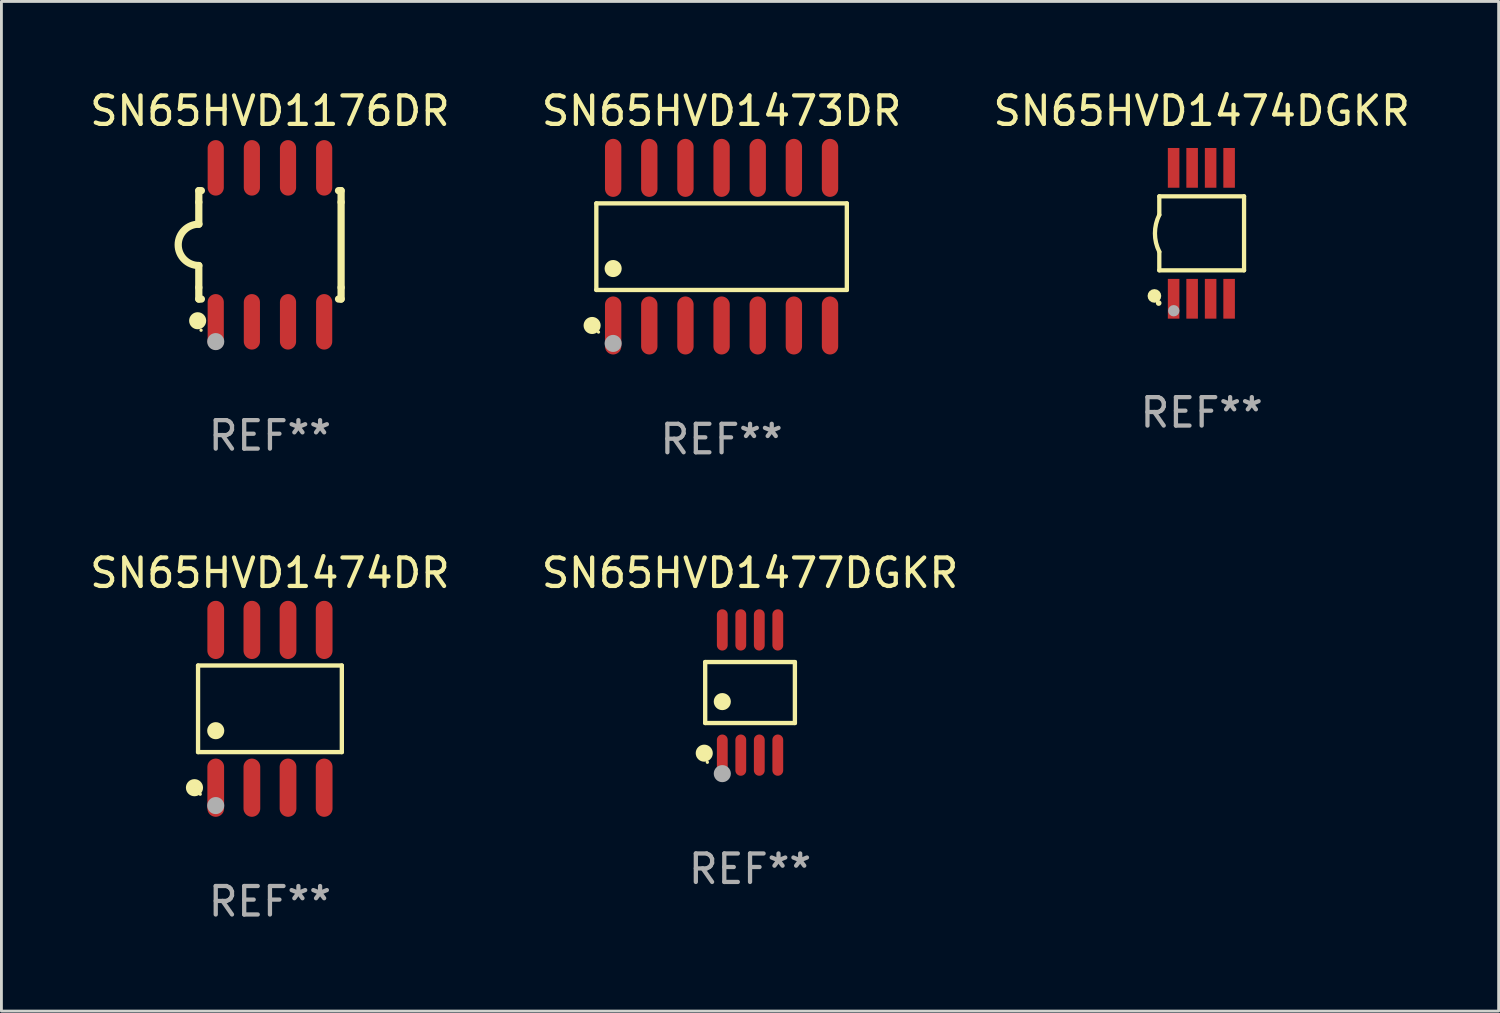
<source format=kicad_pcb>
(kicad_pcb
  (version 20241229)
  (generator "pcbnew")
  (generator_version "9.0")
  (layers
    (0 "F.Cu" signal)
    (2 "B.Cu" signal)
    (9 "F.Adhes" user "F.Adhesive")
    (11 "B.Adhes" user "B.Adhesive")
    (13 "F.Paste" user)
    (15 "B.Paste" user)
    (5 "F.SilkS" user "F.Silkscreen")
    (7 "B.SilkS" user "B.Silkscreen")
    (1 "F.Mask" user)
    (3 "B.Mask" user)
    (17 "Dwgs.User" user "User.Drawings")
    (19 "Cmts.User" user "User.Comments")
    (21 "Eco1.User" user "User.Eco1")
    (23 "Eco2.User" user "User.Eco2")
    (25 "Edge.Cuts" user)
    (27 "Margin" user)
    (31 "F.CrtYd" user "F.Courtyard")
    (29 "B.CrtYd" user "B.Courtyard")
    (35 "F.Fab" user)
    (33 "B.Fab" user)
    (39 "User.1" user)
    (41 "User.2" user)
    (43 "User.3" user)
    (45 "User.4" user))
  (footprint "SN65HVD1477DGKR"
    (layer "F.Cu")
    (at 23.304 21.283)
    (property "Reference" "SN65HVD1477DGKR" (at 0 -4.2 0) (layer "F.SilkS") (effects (font (size 1 1) (thickness 0.15))))
    (attr through_hole)
    (fp_line (start -1.576 -1.071) (end 1.576 -1.071) (stroke (width 0.152) (type solid)) (layer "F.SilkS"))
    (fp_line (start -1.576 1.071) (end -1.576 -1.071) (stroke (width 0.152) (type solid)) (layer "F.SilkS"))
    (fp_line (start 1.576 -1.071) (end 1.576 1.071) (stroke (width 0.152) (type solid)) (layer "F.SilkS"))
    (fp_line (start 1.576 1.071) (end -1.576 1.071) (stroke (width 0.152) (type solid)) (layer "F.SilkS"))
    (fp_circle (center -1.609 2.131) (end -1.459 2.131) (stroke (width 0.3) (type solid)) (fill no) (layer "F.SilkS"))
    (fp_circle (center -1.5 2.45) (end -1.47 2.45) (stroke (width 0.06) (type solid)) (fill no) (layer "F.SilkS"))
    (fp_circle (center -0.975 0.319) (end -0.825 0.319) (stroke (width 0.3) (type solid)) (fill no) (layer "F.SilkS"))
    (fp_circle (center -0.975 2.85) (end -0.825 2.85) (stroke (width 0.3) (type solid)) (fill no) (layer "F.Fab"))
    (fp_text user "REF**" (at 0 6.2 0) (layer "F.Fab") (effects (font (size 1 1) (thickness 0.15))))
    (pad "1" smd oval (at -0.975 2.2) (size 0.38 1.45) (layers "F.Cu" "F.Mask" "F.Paste"))
    (pad "2" smd oval (at -0.325 2.2) (size 0.38 1.45) (layers "F.Cu" "F.Mask" "F.Paste"))
    (pad "3" smd oval (at 0.325 2.2) (size 0.38 1.45) (layers "F.Cu" "F.Mask" "F.Paste"))
    (pad "4" smd oval (at 0.975 2.2) (size 0.38 1.45) (layers "F.Cu" "F.Mask" "F.Paste"))
    (pad "5" smd oval (at 0.975 -2.2) (size 0.38 1.45) (layers "F.Cu" "F.Mask" "F.Paste"))
    (pad "6" smd oval (at 0.325 -2.2) (size 0.38 1.45) (layers "F.Cu" "F.Mask" "F.Paste"))
    (pad "7" smd oval (at -0.325 -2.2) (size 0.38 1.45) (layers "F.Cu" "F.Mask" "F.Paste"))
    (pad "8" smd oval (at -0.975 -2.2) (size 0.38 1.45) (layers "F.Cu" "F.Mask" "F.Paste")))
  (footprint "SN65HVD1176DR"
    (layer "F.Cu")
    (at 6.435 5.553)
    (property "Reference" "SN65HVD1176DR" (at 0 -4.705 0) (layer "F.SilkS") (effects (font (size 1 1) (thickness 0.15))))
    (attr through_hole)
    (fp_line (start -2.5 -1.905) (end -2.409 -1.905) (stroke (width 0.254) (type solid)) (layer "F.SilkS"))
    (fp_line (start -2.5 -1.5) (end -2.5 -1.905) (stroke (width 0.254) (type solid)) (layer "F.SilkS"))
    (fp_line (start -2.5 -1.5) (end -2.5 -0.726) (stroke (width 0.254) (type solid)) (layer "F.SilkS"))
    (fp_line (start -2.5 1.5) (end -2.5 0.727) (stroke (width 0.254) (type solid)) (layer "F.SilkS"))
    (fp_line (start -2.5 1.5) (end -2.5 1.905) (stroke (width 0.254) (type solid)) (layer "F.SilkS"))
    (fp_line (start -2.5 1.905) (end -2.409 1.905) (stroke (width 0.254) (type solid)) (layer "F.SilkS"))
    (fp_line (start 2.5 -1.905) (end 2.409 -1.905) (stroke (width 0.254) (type solid)) (layer "F.SilkS"))
    (fp_line (start 2.5 -1.5) (end 2.5 -1.905) (stroke (width 0.254) (type solid)) (layer "F.SilkS"))
    (fp_line (start 2.5 -1.5) (end 2.5 1.5) (stroke (width 0.254) (type solid)) (layer "F.SilkS"))
    (fp_line (start 2.5 1.5) (end 2.5 1.905) (stroke (width 0.254) (type solid)) (layer "F.SilkS"))
    (fp_line (start 2.5 1.905) (end 2.409 1.905) (stroke (width 0.254) (type solid)) (layer "F.SilkS"))
    (fp_arc (start -2.5 0.726568) (mid -3.220316 -0.0023) (end -2.495097 -0.726289) (stroke (width 0.254001) (type solid)) (layer "F.SilkS"))
    (fp_circle (center -2.54 2.667) (end -2.39 2.667) (stroke (width 0.3) (type solid)) (fill no) (layer "F.SilkS"))
    (fp_circle (center -2.42 3) (end -2.39 3) (stroke (width 0.06) (type solid)) (fill no) (layer "F.SilkS"))
    (fp_circle (center -1.905 3.4) (end -1.755 3.4) (stroke (width 0.3) (type solid)) (fill no) (layer "F.Fab"))
    (fp_text user "REF**" (at 0 6.705 0) (layer "F.Fab") (effects (font (size 1 1) (thickness 0.15))))
    (pad "1" smd oval (at -1.905 2.705) (size 0.568 1.95) (layers "F.Cu" "F.Mask" "F.Paste"))
    (pad "2" smd oval (at -0.635 2.705) (size 0.568 1.95) (layers "F.Cu" "F.Mask" "F.Paste"))
    (pad "3" smd oval (at 0.635 2.705) (size 0.568 1.95) (layers "F.Cu" "F.Mask" "F.Paste"))
    (pad "4" smd oval (at 1.905 2.705) (size 0.568 1.95) (layers "F.Cu" "F.Mask" "F.Paste"))
    (pad "5" smd oval (at 1.905 -2.705) (size 0.568 1.95) (layers "F.Cu" "F.Mask" "F.Paste"))
    (pad "6" smd oval (at 0.635 -2.705) (size 0.568 1.95) (layers "F.Cu" "F.Mask" "F.Paste"))
    (pad "7" smd oval (at -0.635 -2.705) (size 0.568 1.95) (layers "F.Cu" "F.Mask" "F.Paste"))
    (pad "8" smd oval (at -1.905 -2.705) (size 0.568 1.95) (layers "F.Cu" "F.Mask" "F.Paste")))
  (footprint "SN65HVD1474DR"
    (layer "F.Cu")
    (at 6.435 21.855)
    (property "Reference" "SN65HVD1474DR" (at 0 -4.772 0) (layer "F.SilkS") (effects (font (size 1 1) (thickness 0.15))))
    (attr through_hole)
    (fp_line (start -2.526 -1.521) (end 2.526 -1.521) (stroke (width 0.152) (type solid)) (layer "F.SilkS"))
    (fp_line (start -2.526 1.521) (end -2.526 -1.521) (stroke (width 0.152) (type solid)) (layer "F.SilkS"))
    (fp_line (start 2.526 -1.521) (end 2.526 1.521) (stroke (width 0.152) (type solid)) (layer "F.SilkS"))
    (fp_line (start 2.526 1.521) (end -2.526 1.521) (stroke (width 0.152) (type solid)) (layer "F.SilkS"))
    (fp_circle (center -2.652 2.772) (end -2.501 2.772) (stroke (width 0.3) (type solid)) (fill no) (layer "F.SilkS"))
    (fp_circle (center -2.45 3) (end -2.42 3) (stroke (width 0.06) (type solid)) (fill no) (layer "F.SilkS"))
    (fp_circle (center -1.905 0.769) (end -1.755 0.769) (stroke (width 0.3) (type solid)) (fill no) (layer "F.SilkS"))
    (fp_circle (center -1.905 3.4) (end -1.755 3.4) (stroke (width 0.3) (type solid)) (fill no) (layer "F.Fab"))
    (fp_text user "REF**" (at 0 6.772 0) (layer "F.Fab") (effects (font (size 1 1) (thickness 0.15))))
    (pad "1" smd oval (at -1.905 2.772) (size 0.588 2.045) (layers "F.Cu" "F.Mask" "F.Paste"))
    (pad "2" smd oval (at -0.635 2.772) (size 0.588 2.045) (layers "F.Cu" "F.Mask" "F.Paste"))
    (pad "3" smd oval (at 0.635 2.772) (size 0.588 2.045) (layers "F.Cu" "F.Mask" "F.Paste"))
    (pad "4" smd oval (at 1.905 2.772) (size 0.588 2.045) (layers "F.Cu" "F.Mask" "F.Paste"))
    (pad "5" smd oval (at 1.905 -2.772) (size 0.588 2.045) (layers "F.Cu" "F.Mask" "F.Paste"))
    (pad "6" smd oval (at 0.635 -2.772) (size 0.588 2.045) (layers "F.Cu" "F.Mask" "F.Paste"))
    (pad "7" smd oval (at -0.635 -2.772) (size 0.588 2.045) (layers "F.Cu" "F.Mask" "F.Paste"))
    (pad "8" smd oval (at -1.905 -2.772) (size 0.588 2.045) (layers "F.Cu" "F.Mask" "F.Paste")))
  (footprint "SN65HVD1474DGKR"
    (layer "F.Cu")
    (at 39.173 5.148)
    (property "Reference" "SN65HVD1474DGKR" (at 0 -4.3 0) (layer "F.SilkS") (effects (font (size 1 1) (thickness 0.15))))
    (attr through_hole)
    (fp_line (start -1.489 -1.3) (end -1.489 -0.648) (stroke (width 0.15) (type solid)) (layer "F.SilkS"))
    (fp_line (start -1.489 0.648) (end -1.489 1.3) (stroke (width 0.15) (type solid)) (layer "F.SilkS"))
    (fp_line (start -1.489 1.3) (end 1.489 1.3) (stroke (width 0.15) (type solid)) (layer "F.SilkS"))
    (fp_line (start 1.489 -1.3) (end -1.489 -1.3) (stroke (width 0.15) (type solid)) (layer "F.SilkS"))
    (fp_line (start 1.489 1.3) (end 1.489 -1.3) (stroke (width 0.15) (type solid)) (layer "F.SilkS"))
    (fp_arc (start -1.489205 0.647702) (mid -1.642107 0) (end -1.489205 -0.647701) (stroke (width 0.150013) (type solid)) (layer "F.SilkS"))
    (fp_circle (center -1.661 2.2) (end -1.541 2.2) (stroke (width 0.24) (type solid)) (fill no) (layer "F.SilkS"))
    (fp_circle (center -1.511 2.45) (end -1.461 2.45) (stroke (width 0.1) (type solid)) (fill no) (layer "F.SilkS"))
    (fp_circle (center -0.981 2.72) (end -0.881 2.72) (stroke (width 0.2) (type solid)) (fill no) (layer "F.Fab"))
    (fp_text user "REF**" (at 0 6.3 0) (layer "F.Fab") (effects (font (size 1 1) (thickness 0.15))))
    (pad "1" smd rect (at -0.986 2.3) (size 0.406 1.397) (layers "F.Cu" "F.Mask" "F.Paste"))
    (pad "2" smd rect (at -0.336 2.3) (size 0.406 1.397) (layers "F.Cu" "F.Mask" "F.Paste"))
    (pad "3" smd rect (at 0.314 2.3) (size 0.406 1.397) (layers "F.Cu" "F.Mask" "F.Paste"))
    (pad "4" smd rect (at 0.964 2.3) (size 0.406 1.397) (layers "F.Cu" "F.Mask" "F.Paste"))
    (pad "5" smd rect (at 0.964 -2.3) (size 0.406 1.397) (layers "F.Cu" "F.Mask" "F.Paste"))
    (pad "6" smd rect (at 0.314 -2.3) (size 0.406 1.397) (layers "F.Cu" "F.Mask" "F.Paste"))
    (pad "7" smd rect (at -0.336 -2.3) (size 0.406 1.397) (layers "F.Cu" "F.Mask" "F.Paste"))
    (pad "8" smd rect (at -0.986 -2.3) (size 0.406 1.397) (layers "F.Cu" "F.Mask" "F.Paste")))
  (footprint "SN65HVD1473DR"
    (layer "F.Cu")
    (at 22.304 5.617)
    (property "Reference" "SN65HVD1473DR" (at 0 -4.769 0) (layer "F.SilkS") (effects (font (size 1 1) (thickness 0.15))))
    (attr through_hole)
    (fp_line (start -4.401 -1.521) (end 4.401 -1.521) (stroke (width 0.152) (type solid)) (layer "F.SilkS"))
    (fp_line (start -4.401 1.521) (end -4.401 -1.521) (stroke (width 0.152) (type solid)) (layer "F.SilkS"))
    (fp_line (start 4.401 -1.521) (end 4.401 1.521) (stroke (width 0.152) (type solid)) (layer "F.SilkS"))
    (fp_line (start 4.401 1.521) (end -4.401 1.521) (stroke (width 0.152) (type solid)) (layer "F.SilkS"))
    (fp_circle (center -4.549 2.769) (end -4.399 2.769) (stroke (width 0.3) (type solid)) (fill no) (layer "F.SilkS"))
    (fp_circle (center -4.325 3) (end -4.295 3) (stroke (width 0.06) (type solid)) (fill no) (layer "F.SilkS"))
    (fp_circle (center -3.81 0.769) (end -3.66 0.769) (stroke (width 0.3) (type solid)) (fill no) (layer "F.SilkS"))
    (fp_circle (center -3.81 3.4) (end -3.66 3.4) (stroke (width 0.3) (type solid)) (fill no) (layer "F.Fab"))
    (fp_text user "REF**" (at 0 6.769 0) (layer "F.Fab") (effects (font (size 1 1) (thickness 0.15))))
    (pad "1" smd oval (at -3.81 2.769) (size 0.574 2.038) (layers "F.Cu" "F.Mask" "F.Paste"))
    (pad "2" smd oval (at -2.54 2.769) (size 0.574 2.038) (layers "F.Cu" "F.Mask" "F.Paste"))
    (pad "3" smd oval (at -1.27 2.769) (size 0.574 2.038) (layers "F.Cu" "F.Mask" "F.Paste"))
    (pad "4" smd oval (at 0 2.769) (size 0.574 2.038) (layers "F.Cu" "F.Mask" "F.Paste"))
    (pad "5" smd oval (at 1.27 2.769) (size 0.574 2.038) (layers "F.Cu" "F.Mask" "F.Paste"))
    (pad "6" smd oval (at 2.54 2.769) (size 0.574 2.038) (layers "F.Cu" "F.Mask" "F.Paste"))
    (pad "7" smd oval (at 3.81 2.769) (size 0.574 2.038) (layers "F.Cu" "F.Mask" "F.Paste"))
    (pad "8" smd oval (at 3.81 -2.769) (size 0.574 2.038) (layers "F.Cu" "F.Mask" "F.Paste"))
    (pad "9" smd oval (at 2.54 -2.769) (size 0.574 2.038) (layers "F.Cu" "F.Mask" "F.Paste"))
    (pad "10" smd oval (at 1.27 -2.769) (size 0.574 2.038) (layers "F.Cu" "F.Mask" "F.Paste"))
    (pad "11" smd oval (at 0 -2.769) (size 0.574 2.038) (layers "F.Cu" "F.Mask" "F.Paste"))
    (pad "12" smd oval (at -1.27 -2.769) (size 0.574 2.038) (layers "F.Cu" "F.Mask" "F.Paste"))
    (pad "13" smd oval (at -2.54 -2.769) (size 0.574 2.038) (layers "F.Cu" "F.Mask" "F.Paste"))
    (pad "14" smd oval (at -3.81 -2.769) (size 0.574 2.038) (layers "F.Cu" "F.Mask" "F.Paste")))
  (gr_rect
    (start -3 -3)
    (end 49.607 32.476)
    (stroke (width 0.1) (type default))
    (fill no)
    (layer "Edge.Cuts")))
</source>
